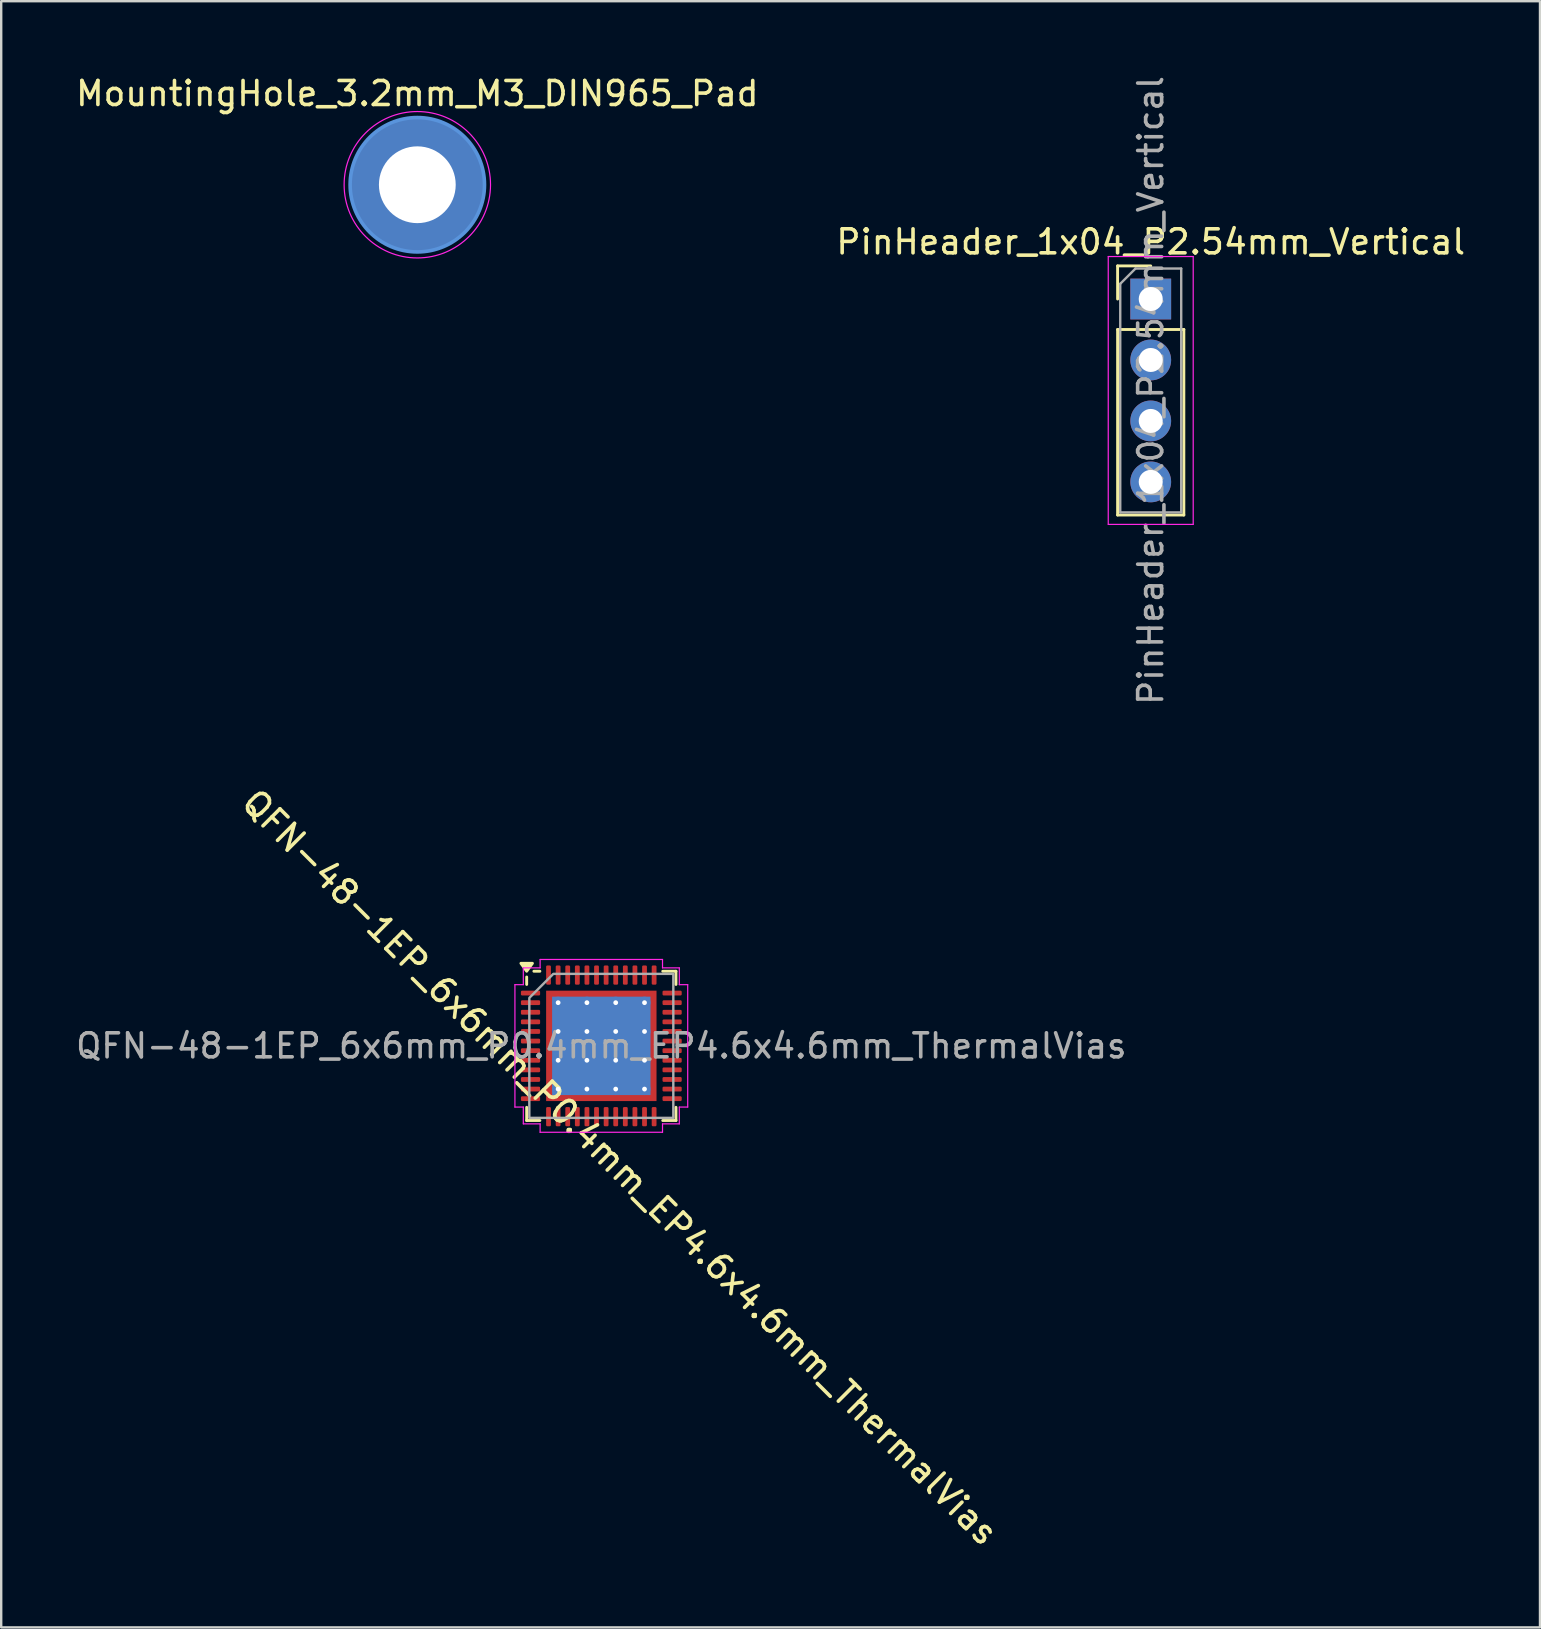
<source format=kicad_pcb>
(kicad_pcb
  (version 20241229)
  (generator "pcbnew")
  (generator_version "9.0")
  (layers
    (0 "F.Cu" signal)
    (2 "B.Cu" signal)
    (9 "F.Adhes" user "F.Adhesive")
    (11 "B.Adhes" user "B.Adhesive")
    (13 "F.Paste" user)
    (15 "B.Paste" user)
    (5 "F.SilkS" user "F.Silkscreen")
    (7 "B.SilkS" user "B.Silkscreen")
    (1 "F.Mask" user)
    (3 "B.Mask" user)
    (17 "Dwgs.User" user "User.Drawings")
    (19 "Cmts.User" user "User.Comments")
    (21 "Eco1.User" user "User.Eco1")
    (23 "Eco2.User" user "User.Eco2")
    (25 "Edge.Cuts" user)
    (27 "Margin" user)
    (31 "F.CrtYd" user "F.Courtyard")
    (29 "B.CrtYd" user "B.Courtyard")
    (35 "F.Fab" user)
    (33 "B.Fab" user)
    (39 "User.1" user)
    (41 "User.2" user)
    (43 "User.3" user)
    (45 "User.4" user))
  (footprint "QFN-48-1EP_6x6mm_P0.4mm_EP4.6x4.6mm_ThermalVias"
    (layer "F.Cu")
    (at 22.006 40.53)
    (property "Reference" "QFN-48-1EP_6x6mm_P0.4mm_EP4.6x4.6mm_ThermalVias" (at 0.786 5.071 135) (layer "F.SilkS") (effects (font (size 1 1) (thickness 0.15))))
    (attr smd)
    (fp_line (start -3.11 -2.56) (end -3.11 -2.87) (stroke (width 0.12) (type solid)) (layer "F.SilkS"))
    (fp_line (start -3.11 3.11) (end -3.11 2.56) (stroke (width 0.12) (type solid)) (layer "F.SilkS"))
    (fp_line (start -2.56 -3.11) (end -2.81 -3.11) (stroke (width 0.12) (type solid)) (layer "F.SilkS"))
    (fp_line (start -2.56 3.11) (end -3.11 3.11) (stroke (width 0.12) (type solid)) (layer "F.SilkS"))
    (fp_line (start 2.56 -3.11) (end 3.11 -3.11) (stroke (width 0.12) (type solid)) (layer "F.SilkS"))
    (fp_line (start 2.56 3.11) (end 3.11 3.11) (stroke (width 0.12) (type solid)) (layer "F.SilkS"))
    (fp_line (start 3.11 -3.11) (end 3.11 -2.56) (stroke (width 0.12) (type solid)) (layer "F.SilkS"))
    (fp_line (start 3.11 3.11) (end 3.11 2.56) (stroke (width 0.12) (type solid)) (layer "F.SilkS"))
    (fp_poly (pts (xy -3.11 -3.11) (xy -3.35 -3.44) (xy -2.87 -3.44)) (stroke (width 0.12) (type solid)) (fill yes) (layer "F.SilkS"))
    (fp_line (start -3.6 -2.55) (end -3.25 -2.55) (stroke (width 0.05) (type solid)) (layer "F.CrtYd"))
    (fp_line (start -3.6 2.55) (end -3.6 -2.55) (stroke (width 0.05) (type solid)) (layer "F.CrtYd"))
    (fp_line (start -3.25 -3.25) (end -2.55 -3.25) (stroke (width 0.05) (type solid)) (layer "F.CrtYd"))
    (fp_line (start -3.25 -2.55) (end -3.25 -3.25) (stroke (width 0.05) (type solid)) (layer "F.CrtYd"))
    (fp_line (start -3.25 2.55) (end -3.6 2.55) (stroke (width 0.05) (type solid)) (layer "F.CrtYd"))
    (fp_line (start -3.25 3.25) (end -3.25 2.55) (stroke (width 0.05) (type solid)) (layer "F.CrtYd"))
    (fp_line (start -2.55 -3.6) (end 2.55 -3.6) (stroke (width 0.05) (type solid)) (layer "F.CrtYd"))
    (fp_line (start -2.55 -3.25) (end -2.55 -3.6) (stroke (width 0.05) (type solid)) (layer "F.CrtYd"))
    (fp_line (start -2.55 3.25) (end -3.25 3.25) (stroke (width 0.05) (type solid)) (layer "F.CrtYd"))
    (fp_line (start -2.55 3.6) (end -2.55 3.25) (stroke (width 0.05) (type solid)) (layer "F.CrtYd"))
    (fp_line (start 2.55 -3.6) (end 2.55 -3.25) (stroke (width 0.05) (type solid)) (layer "F.CrtYd"))
    (fp_line (start 2.55 -3.25) (end 3.25 -3.25) (stroke (width 0.05) (type solid)) (layer "F.CrtYd"))
    (fp_line (start 2.55 3.25) (end 2.55 3.6) (stroke (width 0.05) (type solid)) (layer "F.CrtYd"))
    (fp_line (start 2.55 3.6) (end -2.55 3.6) (stroke (width 0.05) (type solid)) (layer "F.CrtYd"))
    (fp_line (start 3.25 -3.25) (end 3.25 -2.55) (stroke (width 0.05) (type solid)) (layer "F.CrtYd"))
    (fp_line (start 3.25 -2.55) (end 3.6 -2.55) (stroke (width 0.05) (type solid)) (layer "F.CrtYd"))
    (fp_line (start 3.25 2.55) (end 3.25 3.25) (stroke (width 0.05) (type solid)) (layer "F.CrtYd"))
    (fp_line (start 3.25 3.25) (end 2.55 3.25) (stroke (width 0.05) (type solid)) (layer "F.CrtYd"))
    (fp_line (start 3.6 -2.55) (end 3.6 2.55) (stroke (width 0.05) (type solid)) (layer "F.CrtYd"))
    (fp_line (start 3.6 2.55) (end 3.25 2.55) (stroke (width 0.05) (type solid)) (layer "F.CrtYd"))
    (fp_poly (pts (xy -3 -2) (xy -3 3) (xy 3 3) (xy 3 -3) (xy -2 -3)) (stroke (width 0.1) (type solid)) (fill no) (layer "F.Fab"))
    (fp_text user "${REFERENCE}" (at 0 0 180) (layer "F.Fab") (effects (font (size 1 1) (thickness 0.15))))
    (pad "" smd roundrect (at -1.53 -1.53) (size 1.24 1.24) (layers "F.Paste") (roundrect_rratio 0.202))
    (pad "" smd roundrect (at -1.53 1.53) (size 1.24 1.24) (layers "F.Paste") (roundrect_rratio 0.202))
    (pad "" smd roundrect (at -1.53 0) (size 1.24 1.24) (layers "F.Paste") (roundrect_rratio 0.202))
    (pad "" smd roundrect (at 0 -1.53) (size 1.24 1.24) (layers "F.Paste") (roundrect_rratio 0.202))
    (pad "" smd roundrect (at 0 0) (size 1.24 1.24) (layers "F.Paste") (roundrect_rratio 0.202))
    (pad "" smd roundrect (at 0 1.53) (size 1.24 1.24) (layers "F.Paste") (roundrect_rratio 0.202))
    (pad "" smd roundrect (at 1.53 0) (size 1.24 1.24) (layers "F.Paste") (roundrect_rratio 0.202))
    (pad "" smd roundrect (at 1.53 -1.53) (size 1.24 1.24) (layers "F.Paste") (roundrect_rratio 0.202))
    (pad "" smd roundrect (at 1.53 1.53) (size 1.24 1.24) (layers "F.Paste") (roundrect_rratio 0.202))
    (pad "1" smd roundrect (at -2.95 -2.2) (size 0.8 0.2) (layers "F.Cu" "F.Mask" "F.Paste") (roundrect_rratio 0.25))
    (pad "2" smd roundrect (at -2.95 -1.8) (size 0.8 0.2) (layers "F.Cu" "F.Mask" "F.Paste") (roundrect_rratio 0.25))
    (pad "3" smd roundrect (at -2.95 -1.4) (size 0.8 0.2) (layers "F.Cu" "F.Mask" "F.Paste") (roundrect_rratio 0.25))
    (pad "4" smd roundrect (at -2.95 -1) (size 0.8 0.2) (layers "F.Cu" "F.Mask" "F.Paste") (roundrect_rratio 0.25))
    (pad "5" smd roundrect (at -2.95 -0.6) (size 0.8 0.2) (layers "F.Cu" "F.Mask" "F.Paste") (roundrect_rratio 0.25))
    (pad "6" smd roundrect (at -2.95 -0.2) (size 0.8 0.2) (layers "F.Cu" "F.Mask" "F.Paste") (roundrect_rratio 0.25))
    (pad "7" smd roundrect (at -2.95 0.2) (size 0.8 0.2) (layers "F.Cu" "F.Mask" "F.Paste") (roundrect_rratio 0.25))
    (pad "8" smd roundrect (at -2.95 0.6) (size 0.8 0.2) (layers "F.Cu" "F.Mask" "F.Paste") (roundrect_rratio 0.25))
    (pad "9" smd roundrect (at -2.95 1) (size 0.8 0.2) (layers "F.Cu" "F.Mask" "F.Paste") (roundrect_rratio 0.25))
    (pad "10" smd roundrect (at -2.95 1.4) (size 0.8 0.2) (layers "F.Cu" "F.Mask" "F.Paste") (roundrect_rratio 0.25))
    (pad "11" smd roundrect (at -2.95 1.8) (size 0.8 0.2) (layers "F.Cu" "F.Mask" "F.Paste") (roundrect_rratio 0.25))
    (pad "12" smd roundrect (at -2.95 2.2) (size 0.8 0.2) (layers "F.Cu" "F.Mask" "F.Paste") (roundrect_rratio 0.25))
    (pad "13" smd roundrect (at -2.2 2.95) (size 0.2 0.8) (layers "F.Cu" "F.Mask" "F.Paste") (roundrect_rratio 0.25))
    (pad "14" smd roundrect (at -1.8 2.95) (size 0.2 0.8) (layers "F.Cu" "F.Mask" "F.Paste") (roundrect_rratio 0.25))
    (pad "15" smd roundrect (at -1.4 2.95) (size 0.2 0.8) (layers "F.Cu" "F.Mask" "F.Paste") (roundrect_rratio 0.25))
    (pad "16" smd roundrect (at -1 2.95) (size 0.2 0.8) (layers "F.Cu" "F.Mask" "F.Paste") (roundrect_rratio 0.25))
    (pad "17" smd roundrect (at -0.6 2.95) (size 0.2 0.8) (layers "F.Cu" "F.Mask" "F.Paste") (roundrect_rratio 0.25))
    (pad "18" smd roundrect (at -0.2 2.95) (size 0.2 0.8) (layers "F.Cu" "F.Mask" "F.Paste") (roundrect_rratio 0.25))
    (pad "19" smd roundrect (at 0.2 2.95) (size 0.2 0.8) (layers "F.Cu" "F.Mask" "F.Paste") (roundrect_rratio 0.25))
    (pad "20" smd roundrect (at 0.6 2.95) (size 0.2 0.8) (layers "F.Cu" "F.Mask" "F.Paste") (roundrect_rratio 0.25))
    (pad "21" smd roundrect (at 1 2.95) (size 0.2 0.8) (layers "F.Cu" "F.Mask" "F.Paste") (roundrect_rratio 0.25))
    (pad "22" smd roundrect (at 1.4 2.95) (size 0.2 0.8) (layers "F.Cu" "F.Mask" "F.Paste") (roundrect_rratio 0.25))
    (pad "23" smd roundrect (at 1.8 2.95) (size 0.2 0.8) (layers "F.Cu" "F.Mask" "F.Paste") (roundrect_rratio 0.25))
    (pad "24" smd roundrect (at 2.2 2.95) (size 0.2 0.8) (layers "F.Cu" "F.Mask" "F.Paste") (roundrect_rratio 0.25))
    (pad "25" smd roundrect (at 2.95 2.2) (size 0.8 0.2) (layers "F.Cu" "F.Mask" "F.Paste") (roundrect_rratio 0.25))
    (pad "26" smd roundrect (at 2.95 1.8) (size 0.8 0.2) (layers "F.Cu" "F.Mask" "F.Paste") (roundrect_rratio 0.25))
    (pad "27" smd roundrect (at 2.95 1.4) (size 0.8 0.2) (layers "F.Cu" "F.Mask" "F.Paste") (roundrect_rratio 0.25))
    (pad "28" smd roundrect (at 2.95 1) (size 0.8 0.2) (layers "F.Cu" "F.Mask" "F.Paste") (roundrect_rratio 0.25))
    (pad "29" smd roundrect (at 2.95 0.6) (size 0.8 0.2) (layers "F.Cu" "F.Mask" "F.Paste") (roundrect_rratio 0.25))
    (pad "30" smd roundrect (at 2.95 0.2) (size 0.8 0.2) (layers "F.Cu" "F.Mask" "F.Paste") (roundrect_rratio 0.25))
    (pad "31" smd roundrect (at 2.95 -0.2) (size 0.8 0.2) (layers "F.Cu" "F.Mask" "F.Paste") (roundrect_rratio 0.25))
    (pad "32" smd roundrect (at 2.95 -0.6) (size 0.8 0.2) (layers "F.Cu" "F.Mask" "F.Paste") (roundrect_rratio 0.25))
    (pad "33" smd roundrect (at 2.95 -1) (size 0.8 0.2) (layers "F.Cu" "F.Mask" "F.Paste") (roundrect_rratio 0.25))
    (pad "34" smd roundrect (at 2.95 -1.4) (size 0.8 0.2) (layers "F.Cu" "F.Mask" "F.Paste") (roundrect_rratio 0.25))
    (pad "35" smd roundrect (at 2.95 -1.8) (size 0.8 0.2) (layers "F.Cu" "F.Mask" "F.Paste") (roundrect_rratio 0.25))
    (pad "36" smd roundrect (at 2.95 -2.2) (size 0.8 0.2) (layers "F.Cu" "F.Mask" "F.Paste") (roundrect_rratio 0.25))
    (pad "37" smd roundrect (at 2.2 -2.95) (size 0.2 0.8) (layers "F.Cu" "F.Mask" "F.Paste") (roundrect_rratio 0.25))
    (pad "38" smd roundrect (at 1.8 -2.95) (size 0.2 0.8) (layers "F.Cu" "F.Mask" "F.Paste") (roundrect_rratio 0.25))
    (pad "39" smd roundrect (at 1.4 -2.95) (size 0.2 0.8) (layers "F.Cu" "F.Mask" "F.Paste") (roundrect_rratio 0.25))
    (pad "40" smd roundrect (at 1 -2.95) (size 0.2 0.8) (layers "F.Cu" "F.Mask" "F.Paste") (roundrect_rratio 0.25))
    (pad "41" smd roundrect (at 0.6 -2.95) (size 0.2 0.8) (layers "F.Cu" "F.Mask" "F.Paste") (roundrect_rratio 0.25))
    (pad "42" smd roundrect (at 0.2 -2.95) (size 0.2 0.8) (layers "F.Cu" "F.Mask" "F.Paste") (roundrect_rratio 0.25))
    (pad "43" smd roundrect (at -0.2 -2.95) (size 0.2 0.8) (layers "F.Cu" "F.Mask" "F.Paste") (roundrect_rratio 0.25))
    (pad "44" smd roundrect (at -0.6 -2.95) (size 0.2 0.8) (layers "F.Cu" "F.Mask" "F.Paste") (roundrect_rratio 0.25))
    (pad "45" smd roundrect (at -1 -2.95) (size 0.2 0.8) (layers "F.Cu" "F.Mask" "F.Paste") (roundrect_rratio 0.25))
    (pad "46" smd roundrect (at -1.4 -2.95) (size 0.2 0.8) (layers "F.Cu" "F.Mask" "F.Paste") (roundrect_rratio 0.25))
    (pad "47" smd roundrect (at -1.8 -2.95) (size 0.2 0.8) (layers "F.Cu" "F.Mask" "F.Paste") (roundrect_rratio 0.25))
    (pad "48" smd roundrect (at -2.2 -2.95) (size 0.2 0.8) (layers "F.Cu" "F.Mask" "F.Paste") (roundrect_rratio 0.25))
    (pad "49" thru_hole circle (at -1.8 -1.8) (size 0.5 0.5) (drill 0.2) (property pad_prop_heatsink) (layers "*.Cu"))
    (pad "49" thru_hole circle (at -1.8 -0.6) (size 0.5 0.5) (drill 0.2) (property pad_prop_heatsink) (layers "*.Cu"))
    (pad "49" thru_hole circle (at -1.8 0.6) (size 0.5 0.5) (drill 0.2) (property pad_prop_heatsink) (layers "*.Cu"))
    (pad "49" thru_hole circle (at -1.8 1.8) (size 0.5 0.5) (drill 0.2) (property pad_prop_heatsink) (layers "*.Cu"))
    (pad "49" thru_hole circle (at -0.6 -1.8) (size 0.5 0.5) (drill 0.2) (property pad_prop_heatsink) (layers "*.Cu"))
    (pad "49" thru_hole circle (at -0.6 -0.6) (size 0.5 0.5) (drill 0.2) (property pad_prop_heatsink) (layers "*.Cu"))
    (pad "49" thru_hole circle (at -0.6 0.6) (size 0.5 0.5) (drill 0.2) (property pad_prop_heatsink) (layers "*.Cu"))
    (pad "49" thru_hole circle (at -0.6 1.8) (size 0.5 0.5) (drill 0.2) (property pad_prop_heatsink) (layers "*.Cu"))
    (pad "49" smd rect (at 0 0) (size 4.1 4.1) (property pad_prop_heatsink) (layers "B.Cu"))
    (pad "49" smd rect (at 0 0) (size 4.6 4.6) (property pad_prop_heatsink) (layers "F.Cu" "F.Mask"))
    (pad "49" thru_hole circle (at 0.6 -1.8) (size 0.5 0.5) (drill 0.2) (property pad_prop_heatsink) (layers "*.Cu"))
    (pad "49" thru_hole circle (at 0.6 -0.6) (size 0.5 0.5) (drill 0.2) (property pad_prop_heatsink) (layers "*.Cu"))
    (pad "49" thru_hole circle (at 0.6 0.6) (size 0.5 0.5) (drill 0.2) (property pad_prop_heatsink) (layers "*.Cu"))
    (pad "49" thru_hole circle (at 0.6 1.8) (size 0.5 0.5) (drill 0.2) (property pad_prop_heatsink) (layers "*.Cu"))
    (pad "49" thru_hole circle (at 1.8 -1.8) (size 0.5 0.5) (drill 0.2) (property pad_prop_heatsink) (layers "*.Cu"))
    (pad "49" thru_hole circle (at 1.8 -0.6) (size 0.5 0.5) (drill 0.2) (property pad_prop_heatsink) (layers "*.Cu"))
    (pad "49" thru_hole circle (at 1.8 0.6) (size 0.5 0.5) (drill 0.2) (property pad_prop_heatsink) (layers "*.Cu"))
    (pad "49" thru_hole circle (at 1.8 1.8) (size 0.5 0.5) (drill 0.2) (property pad_prop_heatsink) (layers "*.Cu")))
  (footprint "MountingHole_3.2mm_M3_DIN965_Pad"
    (layer "F.Cu")
    (at 14.339 4.648)
    (property "Reference" "MountingHole_3.2mm_M3_DIN965_Pad" (at 0 -3.8 0) (layer "F.SilkS") (effects (font (size 1 1) (thickness 0.15))))
    (attr through_hole exclude_from_pos_files)
    (fp_circle (center 0 0) (end 2.8 0) (stroke (width 0.15) (type solid)) (fill no) (layer "Cmts.User"))
    (fp_circle (center 0 0) (end 3.05 0) (stroke (width 0.05) (type solid)) (fill no) (layer "F.CrtYd"))
    (pad "1" thru_hole circle (at 0 0) (size 5.6 5.6) (drill 3.2) (layers "*.Cu" "*.Mask")))
  (footprint "PinHeader_1x04_P2.54mm_Vertical"
    (layer "F.Cu")
    (at 44.899 9.41)
    (property "Reference" "PinHeader_1x04_P2.54mm_Vertical" (at 0 -2.38 0) (layer "F.SilkS") (effects (font (size 1 1) (thickness 0.15))))
    (attr through_hole)
    (fp_line (start -1.38 -1.38) (end 0 -1.38) (stroke (width 0.12) (type solid)) (layer "F.SilkS"))
    (fp_line (start -1.38 1.27) (end -1.38 9) (stroke (width 0.12) (type solid)) (layer "F.SilkS"))
    (fp_line (start -1.38 1.27) (end 1.38 1.27) (stroke (width 0.12) (type solid)) (layer "F.SilkS"))
    (fp_line (start -1.38 0) (end -1.38 -1.38) (stroke (width 0.12) (type solid)) (layer "F.SilkS"))
    (fp_line (start -1.38 9) (end 1.38 9) (stroke (width 0.12) (type solid)) (layer "F.SilkS"))
    (fp_line (start 1.38 1.27) (end 1.38 9) (stroke (width 0.12) (type solid)) (layer "F.SilkS"))
    (fp_line (start -1.77 -1.77) (end -1.77 9.39) (stroke (width 0.05) (type solid)) (layer "F.CrtYd"))
    (fp_line (start -1.77 9.39) (end 1.77 9.39) (stroke (width 0.05) (type solid)) (layer "F.CrtYd"))
    (fp_line (start 1.77 -1.77) (end -1.77 -1.77) (stroke (width 0.05) (type solid)) (layer "F.CrtYd"))
    (fp_line (start 1.77 9.39) (end 1.77 -1.77) (stroke (width 0.05) (type solid)) (layer "F.CrtYd"))
    (fp_line (start -1.27 -0.635) (end -0.635 -1.27) (stroke (width 0.1) (type solid)) (layer "F.Fab"))
    (fp_line (start -1.27 8.89) (end -1.27 -0.635) (stroke (width 0.1) (type solid)) (layer "F.Fab"))
    (fp_line (start -0.635 -1.27) (end 1.27 -1.27) (stroke (width 0.1) (type solid)) (layer "F.Fab"))
    (fp_line (start 1.27 -1.27) (end 1.27 8.89) (stroke (width 0.1) (type solid)) (layer "F.Fab"))
    (fp_line (start 1.27 8.89) (end -1.27 8.89) (stroke (width 0.1) (type solid)) (layer "F.Fab"))
    (fp_text user "${REFERENCE}" (at 0 3.81 270) (layer "F.Fab") (effects (font (size 1 1) (thickness 0.15))))
    (pad "1" thru_hole rect (at 0 0) (size 1.7 1.7) (drill 1) (layers "*.Cu" "*.Mask"))
    (pad "2" thru_hole circle (at 0 2.54) (size 1.7 1.7) (drill 1) (layers "*.Cu" "*.Mask"))
    (pad "3" thru_hole circle (at 0 5.08) (size 1.7 1.7) (drill 1) (layers "*.Cu" "*.Mask"))
    (pad "4" thru_hole circle (at 0 7.62) (size 1.7 1.7) (drill 1) (layers "*.Cu" "*.Mask")))
  (gr_rect
    (start -3 -3)
    (end 61.119 64.761)
    (stroke (width 0.1) (type default))
    (fill no)
    (layer "Edge.Cuts")))
</source>
